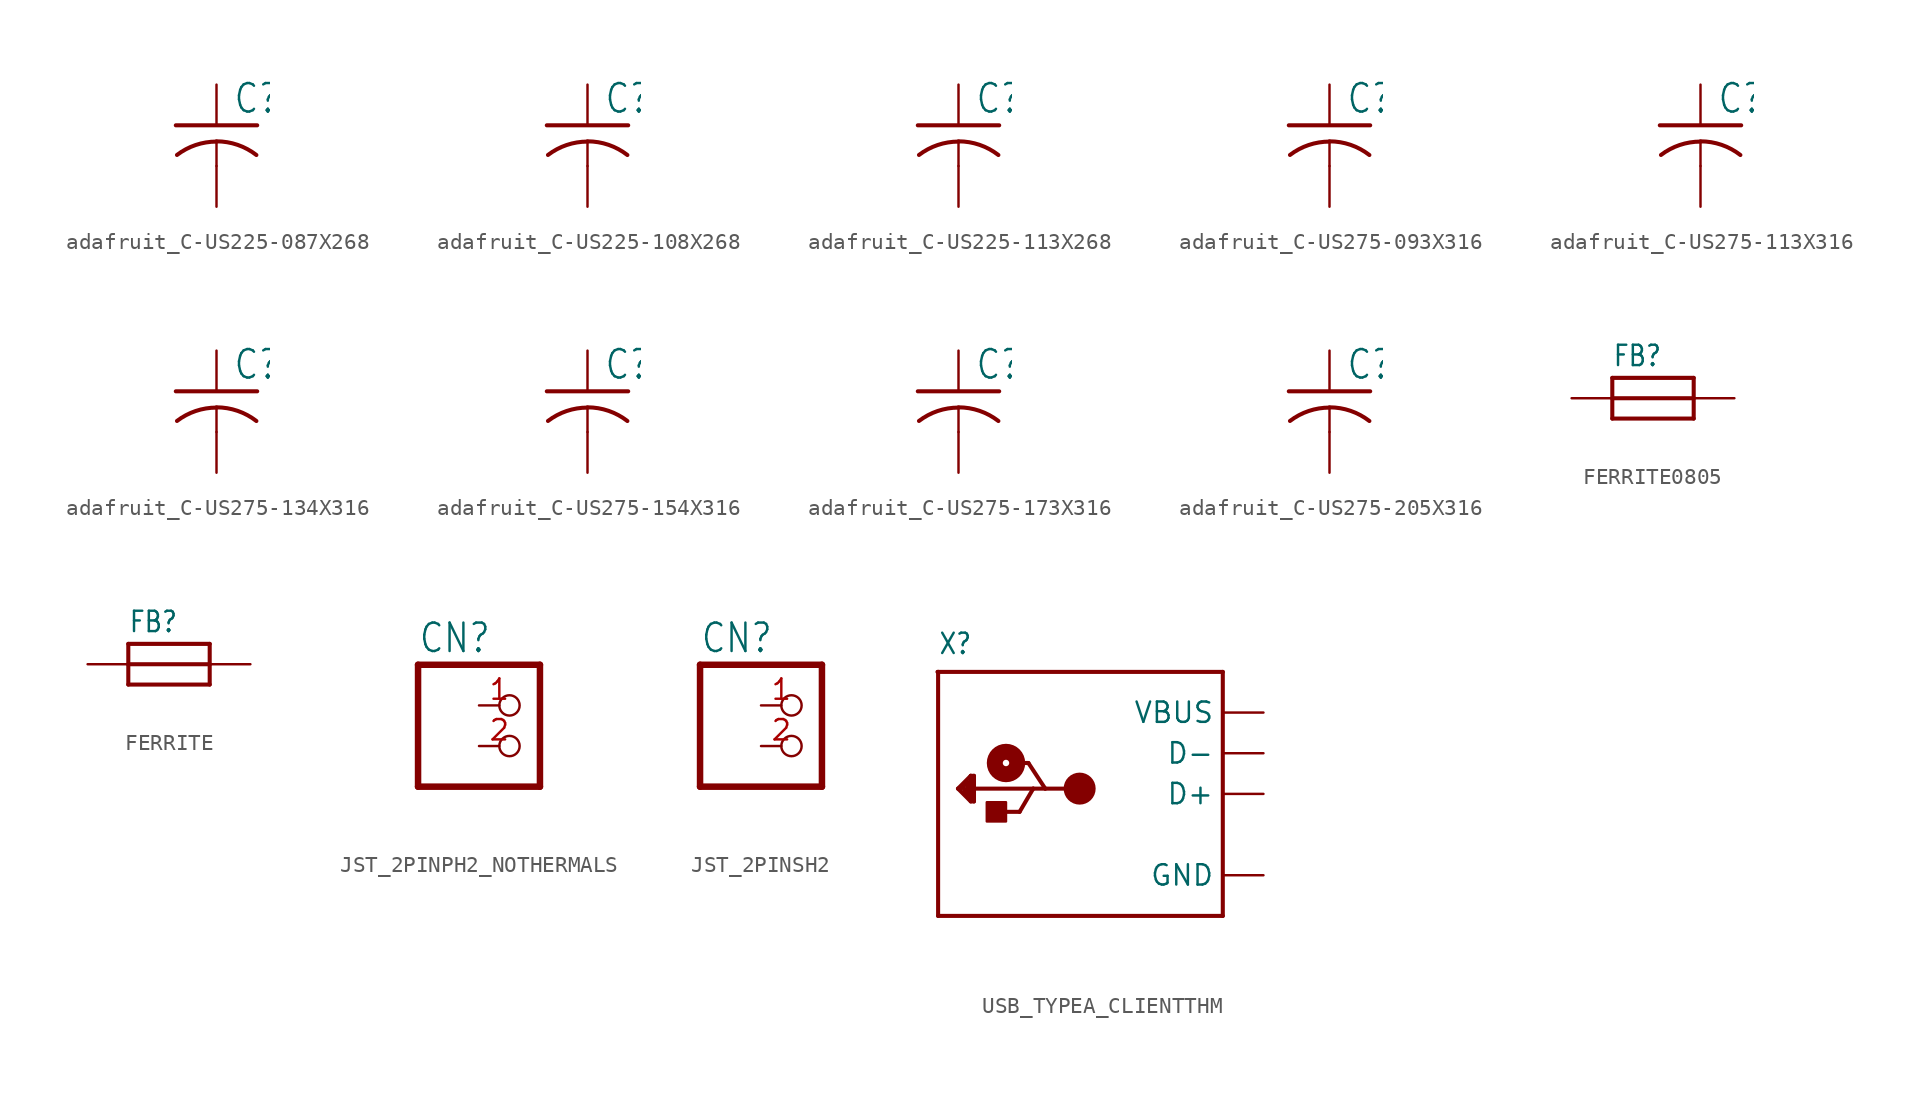
<source format=kicad_sym>
(kicad_symbol_lib
  (version 20220914)
  (generator kicad_symbol_editor)
  (symbol "adafruit_C-US225-087X268"
    (property "Reference" "C"
      (at 1.016 0.635 0)
      (effects (font (size 1.778 1.511)) (justify left bottom)))
    (property "Value" ""
      (at 1.016 -4.191 0)
      (effects (font (size 1.778 1.511)) (justify left bottom)))
    (property "ki_locked" ""
      (at 0 0 0)
      (effects (font (size 1.27 1.27))))
    (symbol "adafruit_C-US225-087X268_1_0"
      (arc (start 0 -1.0161) (mid -1.302 -1.2303) (end -2.4668 -1.8504) (stroke (width 0.254) (type solid)) (fill (type none)))
      (polyline (pts (xy -2.54 0) (xy 2.54 0)) (stroke (width 0.254) (type solid)) (fill (type none)))
      (polyline (pts (xy 0 -1.016) (xy 0 -2.54)) (stroke (width 0.152) (type solid)) (fill (type none)))
      (arc (start 2.4892 -1.8541) (mid 1.3158 -1.2194) (end 0 -1) (stroke (width 0.254) (type solid)) (fill (type none)))
      (pin passive line (at 0 2.54 270) (length 2.54) (name "1" (effects (font (size 0 0)))) (number "1" (effects (font (size 0 0)))))
      (pin passive line (at 0 -5.08 90) (length 2.54) (name "2" (effects (font (size 0 0)))) (number "2" (effects (font (size 0 0)))))))
  (symbol "adafruit_C-US225-108X268"
    (property "Reference" "C"
      (at 1.016 0.635 0)
      (effects (font (size 1.778 1.511)) (justify left bottom)))
    (property "Value" ""
      (at 1.016 -4.191 0)
      (effects (font (size 1.778 1.511)) (justify left bottom)))
    (property "ki_locked" ""
      (at 0 0 0)
      (effects (font (size 1.27 1.27))))
    (symbol "adafruit_C-US225-108X268_1_0"
      (arc (start 0 -1.0161) (mid -1.302 -1.2303) (end -2.4668 -1.8504) (stroke (width 0.254) (type solid)) (fill (type none)))
      (polyline (pts (xy -2.54 0) (xy 2.54 0)) (stroke (width 0.254) (type solid)) (fill (type none)))
      (polyline (pts (xy 0 -1.016) (xy 0 -2.54)) (stroke (width 0.152) (type solid)) (fill (type none)))
      (arc (start 2.4892 -1.8541) (mid 1.3158 -1.2194) (end 0 -1) (stroke (width 0.254) (type solid)) (fill (type none)))
      (pin passive line (at 0 2.54 270) (length 2.54) (name "1" (effects (font (size 0 0)))) (number "1" (effects (font (size 0 0)))))
      (pin passive line (at 0 -5.08 90) (length 2.54) (name "2" (effects (font (size 0 0)))) (number "2" (effects (font (size 0 0)))))))
  (symbol "adafruit_C-US225-113X268"
    (property "Reference" "C"
      (at 1.016 0.635 0)
      (effects (font (size 1.778 1.511)) (justify left bottom)))
    (property "Value" ""
      (at 1.016 -4.191 0)
      (effects (font (size 1.778 1.511)) (justify left bottom)))
    (property "ki_locked" ""
      (at 0 0 0)
      (effects (font (size 1.27 1.27))))
    (symbol "adafruit_C-US225-113X268_1_0"
      (arc (start 0 -1.0161) (mid -1.302 -1.2303) (end -2.4668 -1.8504) (stroke (width 0.254) (type solid)) (fill (type none)))
      (polyline (pts (xy -2.54 0) (xy 2.54 0)) (stroke (width 0.254) (type solid)) (fill (type none)))
      (polyline (pts (xy 0 -1.016) (xy 0 -2.54)) (stroke (width 0.152) (type solid)) (fill (type none)))
      (arc (start 2.4892 -1.8541) (mid 1.3158 -1.2194) (end 0 -1) (stroke (width 0.254) (type solid)) (fill (type none)))
      (pin passive line (at 0 2.54 270) (length 2.54) (name "1" (effects (font (size 0 0)))) (number "1" (effects (font (size 0 0)))))
      (pin passive line (at 0 -5.08 90) (length 2.54) (name "2" (effects (font (size 0 0)))) (number "2" (effects (font (size 0 0)))))))
  (symbol "adafruit_C-US275-093X316"
    (property "Reference" "C"
      (at 1.016 0.635 0)
      (effects (font (size 1.778 1.511)) (justify left bottom)))
    (property "Value" ""
      (at 1.016 -4.191 0)
      (effects (font (size 1.778 1.511)) (justify left bottom)))
    (property "ki_locked" ""
      (at 0 0 0)
      (effects (font (size 1.27 1.27))))
    (symbol "adafruit_C-US275-093X316_1_0"
      (arc (start 0 -1.0161) (mid -1.302 -1.2303) (end -2.4668 -1.8504) (stroke (width 0.254) (type solid)) (fill (type none)))
      (polyline (pts (xy -2.54 0) (xy 2.54 0)) (stroke (width 0.254) (type solid)) (fill (type none)))
      (polyline (pts (xy 0 -1.016) (xy 0 -2.54)) (stroke (width 0.152) (type solid)) (fill (type none)))
      (arc (start 2.4892 -1.8541) (mid 1.3158 -1.2194) (end 0 -1) (stroke (width 0.254) (type solid)) (fill (type none)))
      (pin passive line (at 0 2.54 270) (length 2.54) (name "1" (effects (font (size 0 0)))) (number "1" (effects (font (size 0 0)))))
      (pin passive line (at 0 -5.08 90) (length 2.54) (name "2" (effects (font (size 0 0)))) (number "2" (effects (font (size 0 0)))))))
  (symbol "adafruit_C-US275-113X316"
    (property "Reference" "C"
      (at 1.016 0.635 0)
      (effects (font (size 1.778 1.511)) (justify left bottom)))
    (property "Value" ""
      (at 1.016 -4.191 0)
      (effects (font (size 1.778 1.511)) (justify left bottom)))
    (property "ki_locked" ""
      (at 0 0 0)
      (effects (font (size 1.27 1.27))))
    (symbol "adafruit_C-US275-113X316_1_0"
      (arc (start 0 -1.0161) (mid -1.302 -1.2303) (end -2.4668 -1.8504) (stroke (width 0.254) (type solid)) (fill (type none)))
      (polyline (pts (xy -2.54 0) (xy 2.54 0)) (stroke (width 0.254) (type solid)) (fill (type none)))
      (polyline (pts (xy 0 -1.016) (xy 0 -2.54)) (stroke (width 0.152) (type solid)) (fill (type none)))
      (arc (start 2.4892 -1.8541) (mid 1.3158 -1.2194) (end 0 -1) (stroke (width 0.254) (type solid)) (fill (type none)))
      (pin passive line (at 0 2.54 270) (length 2.54) (name "1" (effects (font (size 0 0)))) (number "1" (effects (font (size 0 0)))))
      (pin passive line (at 0 -5.08 90) (length 2.54) (name "2" (effects (font (size 0 0)))) (number "2" (effects (font (size 0 0)))))))
  (symbol "adafruit_C-US275-134X316"
    (property "Reference" "C"
      (at 1.016 0.635 0)
      (effects (font (size 1.778 1.511)) (justify left bottom)))
    (property "Value" ""
      (at 1.016 -4.191 0)
      (effects (font (size 1.778 1.511)) (justify left bottom)))
    (property "ki_locked" ""
      (at 0 0 0)
      (effects (font (size 1.27 1.27))))
    (symbol "adafruit_C-US275-134X316_1_0"
      (arc (start 0 -1.0161) (mid -1.302 -1.2303) (end -2.4668 -1.8504) (stroke (width 0.254) (type solid)) (fill (type none)))
      (polyline (pts (xy -2.54 0) (xy 2.54 0)) (stroke (width 0.254) (type solid)) (fill (type none)))
      (polyline (pts (xy 0 -1.016) (xy 0 -2.54)) (stroke (width 0.152) (type solid)) (fill (type none)))
      (arc (start 2.4892 -1.8541) (mid 1.3158 -1.2194) (end 0 -1) (stroke (width 0.254) (type solid)) (fill (type none)))
      (pin passive line (at 0 2.54 270) (length 2.54) (name "1" (effects (font (size 0 0)))) (number "1" (effects (font (size 0 0)))))
      (pin passive line (at 0 -5.08 90) (length 2.54) (name "2" (effects (font (size 0 0)))) (number "2" (effects (font (size 0 0)))))))
  (symbol "adafruit_C-US275-154X316"
    (property "Reference" "C"
      (at 1.016 0.635 0)
      (effects (font (size 1.778 1.511)) (justify left bottom)))
    (property "Value" ""
      (at 1.016 -4.191 0)
      (effects (font (size 1.778 1.511)) (justify left bottom)))
    (property "ki_locked" ""
      (at 0 0 0)
      (effects (font (size 1.27 1.27))))
    (symbol "adafruit_C-US275-154X316_1_0"
      (arc (start 0 -1.0161) (mid -1.302 -1.2303) (end -2.4668 -1.8504) (stroke (width 0.254) (type solid)) (fill (type none)))
      (polyline (pts (xy -2.54 0) (xy 2.54 0)) (stroke (width 0.254) (type solid)) (fill (type none)))
      (polyline (pts (xy 0 -1.016) (xy 0 -2.54)) (stroke (width 0.152) (type solid)) (fill (type none)))
      (arc (start 2.4892 -1.8541) (mid 1.3158 -1.2194) (end 0 -1) (stroke (width 0.254) (type solid)) (fill (type none)))
      (pin passive line (at 0 2.54 270) (length 2.54) (name "1" (effects (font (size 0 0)))) (number "1" (effects (font (size 0 0)))))
      (pin passive line (at 0 -5.08 90) (length 2.54) (name "2" (effects (font (size 0 0)))) (number "2" (effects (font (size 0 0)))))))
  (symbol "adafruit_C-US275-173X316"
    (property "Reference" "C"
      (at 1.016 0.635 0)
      (effects (font (size 1.778 1.511)) (justify left bottom)))
    (property "Value" ""
      (at 1.016 -4.191 0)
      (effects (font (size 1.778 1.511)) (justify left bottom)))
    (property "ki_locked" ""
      (at 0 0 0)
      (effects (font (size 1.27 1.27))))
    (symbol "adafruit_C-US275-173X316_1_0"
      (arc (start 0 -1.0161) (mid -1.302 -1.2303) (end -2.4668 -1.8504) (stroke (width 0.254) (type solid)) (fill (type none)))
      (polyline (pts (xy -2.54 0) (xy 2.54 0)) (stroke (width 0.254) (type solid)) (fill (type none)))
      (polyline (pts (xy 0 -1.016) (xy 0 -2.54)) (stroke (width 0.152) (type solid)) (fill (type none)))
      (arc (start 2.4892 -1.8541) (mid 1.3158 -1.2194) (end 0 -1) (stroke (width 0.254) (type solid)) (fill (type none)))
      (pin passive line (at 0 2.54 270) (length 2.54) (name "1" (effects (font (size 0 0)))) (number "1" (effects (font (size 0 0)))))
      (pin passive line (at 0 -5.08 90) (length 2.54) (name "2" (effects (font (size 0 0)))) (number "2" (effects (font (size 0 0)))))))
  (symbol "adafruit_C-US275-205X316"
    (property "Reference" "C"
      (at 1.016 0.635 0)
      (effects (font (size 1.778 1.511)) (justify left bottom)))
    (property "Value" ""
      (at 1.016 -4.191 0)
      (effects (font (size 1.778 1.511)) (justify left bottom)))
    (property "ki_locked" ""
      (at 0 0 0)
      (effects (font (size 1.27 1.27))))
    (symbol "adafruit_C-US275-205X316_1_0"
      (arc (start 0 -1.0161) (mid -1.302 -1.2303) (end -2.4668 -1.8504) (stroke (width 0.254) (type solid)) (fill (type none)))
      (polyline (pts (xy -2.54 0) (xy 2.54 0)) (stroke (width 0.254) (type solid)) (fill (type none)))
      (polyline (pts (xy 0 -1.016) (xy 0 -2.54)) (stroke (width 0.152) (type solid)) (fill (type none)))
      (arc (start 2.4892 -1.8541) (mid 1.3158 -1.2194) (end 0 -1) (stroke (width 0.254) (type solid)) (fill (type none)))
      (pin passive line (at 0 2.54 270) (length 2.54) (name "1" (effects (font (size 0 0)))) (number "1" (effects (font (size 0 0)))))
      (pin passive line (at 0 -5.08 90) (length 2.54) (name "2" (effects (font (size 0 0)))) (number "2" (effects (font (size 0 0)))))))
  (symbol "FERRITE0805"
    (property "Reference" "FB"
      (at -2.54 1.905 0)
      (effects (font (size 1.27 1.079)) (justify left bottom)))
    (property "Value" ""
      (at -2.54 -3.175 0)
      (effects (font (size 1.27 1.079)) (justify left bottom)))
    (property "ki_locked" ""
      (at 0 0 0)
      (effects (font (size 1.27 1.27))))
    (symbol "FERRITE0805_1_0"
      (polyline (pts (xy -2.54 -1.27) (xy -2.54 0)) (stroke (width 0.254) (type solid)) (fill (type none)))
      (polyline (pts (xy -2.54 0) (xy -2.54 1.27)) (stroke (width 0.254) (type solid)) (fill (type none)))
      (polyline (pts (xy -2.54 0) (xy 2.54 0)) (stroke (width 0.254) (type solid)) (fill (type none)))
      (polyline (pts (xy -2.54 1.27) (xy 2.54 1.27)) (stroke (width 0.254) (type solid)) (fill (type none)))
      (polyline (pts (xy 2.54 -1.27) (xy -2.54 -1.27)) (stroke (width 0.254) (type solid)) (fill (type none)))
      (polyline (pts (xy 2.54 0) (xy 2.54 -1.27)) (stroke (width 0.254) (type solid)) (fill (type none)))
      (polyline (pts (xy 2.54 1.27) (xy 2.54 0)) (stroke (width 0.254) (type solid)) (fill (type none)))
      (pin bidirectional line (at -5.08 0 0) (length 2.54) (name "P$1" (effects (font (size 0 0)))) (number "1" (effects (font (size 0 0)))))
      (pin bidirectional line (at 5.08 0 180) (length 2.54) (name "P$2" (effects (font (size 0 0)))) (number "2" (effects (font (size 0 0)))))))
  (symbol "FERRITE"
    (property "Reference" "FB"
      (at -2.54 1.905 0)
      (effects (font (size 1.27 1.079)) (justify left bottom)))
    (property "Value" ""
      (at -2.54 -3.175 0)
      (effects (font (size 1.27 1.079)) (justify left bottom)))
    (property "ki_locked" ""
      (at 0 0 0)
      (effects (font (size 1.27 1.27))))
    (symbol "FERRITE_1_0"
      (polyline (pts (xy -2.54 -1.27) (xy -2.54 0)) (stroke (width 0.254) (type solid)) (fill (type none)))
      (polyline (pts (xy -2.54 0) (xy -2.54 1.27)) (stroke (width 0.254) (type solid)) (fill (type none)))
      (polyline (pts (xy -2.54 0) (xy 2.54 0)) (stroke (width 0.254) (type solid)) (fill (type none)))
      (polyline (pts (xy -2.54 1.27) (xy 2.54 1.27)) (stroke (width 0.254) (type solid)) (fill (type none)))
      (polyline (pts (xy 2.54 -1.27) (xy -2.54 -1.27)) (stroke (width 0.254) (type solid)) (fill (type none)))
      (polyline (pts (xy 2.54 0) (xy 2.54 -1.27)) (stroke (width 0.254) (type solid)) (fill (type none)))
      (polyline (pts (xy 2.54 1.27) (xy 2.54 0)) (stroke (width 0.254) (type solid)) (fill (type none)))
      (pin bidirectional line (at -5.08 0 0) (length 2.54) (name "P$1" (effects (font (size 0 0)))) (number "1" (effects (font (size 0 0)))))
      (pin bidirectional line (at 5.08 0 180) (length 2.54) (name "P$2" (effects (font (size 0 0)))) (number "2" (effects (font (size 0 0)))))))
  (symbol "JST_2PINPH2_NOTHERMALS"
    (property "Reference" "CN"
      (at -6.35 5.715 0)
      (effects (font (size 1.778 1.511)) (justify left bottom)))
    (property "Value" ""
      (at -6.35 -5.08 0)
      (effects (font (size 1.778 1.511)) (justify left bottom)))
    (property "ki_locked" ""
      (at 0 0 0)
      (effects (font (size 1.27 1.27))))
    (symbol "JST_2PINPH2_NOTHERMALS_1_0"
      (polyline (pts (xy -6.35 -2.54) (xy 1.27 -2.54)) (stroke (width 0.406) (type solid)) (fill (type none)))
      (polyline (pts (xy -6.35 5.08) (xy -6.35 -2.54)) (stroke (width 0.406) (type solid)) (fill (type none)))
      (polyline (pts (xy 1.27 -2.54) (xy 1.27 5.08)) (stroke (width 0.406) (type solid)) (fill (type none)))
      (polyline (pts (xy 1.27 5.08) (xy -6.35 5.08)) (stroke (width 0.406) (type solid)) (fill (type none)))
      (pin passive inverted (at -2.54 2.54 0) (length 2.54) (name "1" (effects (font (size 0 0)))) (number "1" (effects (font (size 1.27 1.27)))))
      (pin passive inverted (at -2.54 0 0) (length 2.54) (name "2" (effects (font (size 0 0)))) (number "2" (effects (font (size 1.27 1.27)))))))
  (symbol "JST_2PINSH2"
    (property "Reference" "CN"
      (at -6.35 5.715 0)
      (effects (font (size 1.778 1.511)) (justify left bottom)))
    (property "Value" ""
      (at -6.35 -5.08 0)
      (effects (font (size 1.778 1.511)) (justify left bottom)))
    (property "ki_locked" ""
      (at 0 0 0)
      (effects (font (size 1.27 1.27))))
    (symbol "JST_2PINSH2_1_0"
      (polyline (pts (xy -6.35 -2.54) (xy 1.27 -2.54)) (stroke (width 0.406) (type solid)) (fill (type none)))
      (polyline (pts (xy -6.35 5.08) (xy -6.35 -2.54)) (stroke (width 0.406) (type solid)) (fill (type none)))
      (polyline (pts (xy 1.27 -2.54) (xy 1.27 5.08)) (stroke (width 0.406) (type solid)) (fill (type none)))
      (polyline (pts (xy 1.27 5.08) (xy -6.35 5.08)) (stroke (width 0.406) (type solid)) (fill (type none)))
      (pin passive inverted (at -2.54 2.54 0) (length 2.54) (name "1" (effects (font (size 0 0)))) (number "1" (effects (font (size 1.27 1.27)))))
      (pin passive inverted (at -2.54 0 0) (length 2.54) (name "2" (effects (font (size 0 0)))) (number "2" (effects (font (size 1.27 1.27)))))))
  (symbol "USB_TYPEA_CLIENTTHM"
    (property "Reference" "X"
      (at -10.16 8.636 0)
      (effects (font (size 1.27 1.079)) (justify left bottom)))
    (property "Value" ""
      (at -10.16 -10.16 0)
      (effects (font (size 1.27 1.079)) (justify left bottom)))
    (property "ki_locked" ""
      (at 0 0 0)
      (effects (font (size 1.27 1.27))))
    (symbol "USB_TYPEA_CLIENTTHM_1_0"
      (rectangle (start -7.12 -1.72) (end -5.92 -0.52) (stroke (width 0) (type default)) (fill (type outline)))
      (circle (center -5.92 1.93) (radius 0.2) (stroke (width 1) (type solid)) (fill (type none)))
      (circle (center -1.32 0.33) (radius 0.5) (stroke (width 1) (type solid)) (fill (type none)))
      (polyline (pts (xy -10.2 7.62) (xy -10.16 7.62)) (stroke (width 0.254) (type solid)) (fill (type none)))
      (polyline (pts (xy -10.16 -7.62) (xy 7.62 -7.62)) (stroke (width 0.254) (type solid)) (fill (type none)))
      (polyline (pts (xy -10.16 7.62) (xy -10.16 -7.62)) (stroke (width 0.254) (type solid)) (fill (type none)))
      (polyline (pts (xy -10.16 7.62) (xy 7.62 7.62)) (stroke (width 0.254) (type solid)) (fill (type none)))
      (polyline (pts (xy -8.92 0.33) (xy -8.12 1.13)) (stroke (width 0.254) (type solid)) (fill (type none)))
      (polyline (pts (xy -8.52 0.13) (xy -8.32 -0.07)) (stroke (width 0.254) (type solid)) (fill (type none)))
      (polyline (pts (xy -8.52 0.33) (xy -8.52 0.13)) (stroke (width 0.254) (type solid)) (fill (type none)))
      (polyline (pts (xy -8.32 -0.07) (xy -8.32 0.73)) (stroke (width 0.254) (type solid)) (fill (type none)))
      (polyline (pts (xy -8.32 0.73) (xy -8.72 0.33)) (stroke (width 0.254) (type solid)) (fill (type none)))
      (polyline (pts (xy -8.12 -0.47) (xy -8.92 0.33)) (stroke (width 0.254) (type solid)) (fill (type none)))
      (polyline (pts (xy -8.12 -0.27) (xy -8.12 1.13)) (stroke (width 0.254) (type solid)) (fill (type none)))
      (polyline (pts (xy -8.12 1.13) (xy -7.92 1.13)) (stroke (width 0.254) (type solid)) (fill (type none)))
      (polyline (pts (xy -7.92 -0.47) (xy -8.12 -0.47)) (stroke (width 0.254) (type solid)) (fill (type none)))
      (polyline (pts (xy -7.92 0.33) (xy -7.92 -0.47)) (stroke (width 0.254) (type solid)) (fill (type none)))
      (polyline (pts (xy -7.92 1.13) (xy -7.92 0.33)) (stroke (width 0.254) (type solid)) (fill (type none)))
      (polyline (pts (xy -6.27 -1.12) (xy -5.07 -1.12)) (stroke (width 0.254) (type solid)) (fill (type none)))
      (polyline (pts (xy -5.52 1.93) (xy -4.52 1.93)) (stroke (width 0.254) (type solid)) (fill (type none)))
      (polyline (pts (xy -5.07 -1.12) (xy -4.22 0.33)) (stroke (width 0.254) (type solid)) (fill (type none)))
      (polyline (pts (xy -4.52 1.93) (xy -3.47 0.33)) (stroke (width 0.254) (type solid)) (fill (type none)))
      (polyline (pts (xy -4.22 0.33) (xy -7.92 0.33)) (stroke (width 0.254) (type solid)) (fill (type none)))
      (polyline (pts (xy -3.47 0.33) (xy -4.22 0.33)) (stroke (width 0.254) (type solid)) (fill (type none)))
      (polyline (pts (xy -1.32 0.33) (xy -3.47 0.33)) (stroke (width 0.254) (type solid)) (fill (type none)))
      (polyline (pts (xy 7.62 7.62) (xy 7.62 -7.62)) (stroke (width 0.254) (type solid)) (fill (type none)))
      (pin bidirectional line (at 10.16 0 180) (length 2.54) (name "D+" (effects (font (size 1.27 1.27)))) (number "D+" (effects (font (size 0 0)))))
      (pin bidirectional line (at 10.16 2.54 180) (length 2.54) (name "D-" (effects (font (size 1.27 1.27)))) (number "D-" (effects (font (size 0 0)))))
      (pin power_in line (at 10.16 -5.08 180) (length 2.54) (name "GND" (effects (font (size 1.27 1.27)))) (number "GND" (effects (font (size 0 0)))))
      (pin power_in line (at 10.16 5.08 180) (length 2.54) (name "VBUS" (effects (font (size 1.27 1.27)))) (number "VBUS" (effects (font (size 0 0))))))))
</source>
